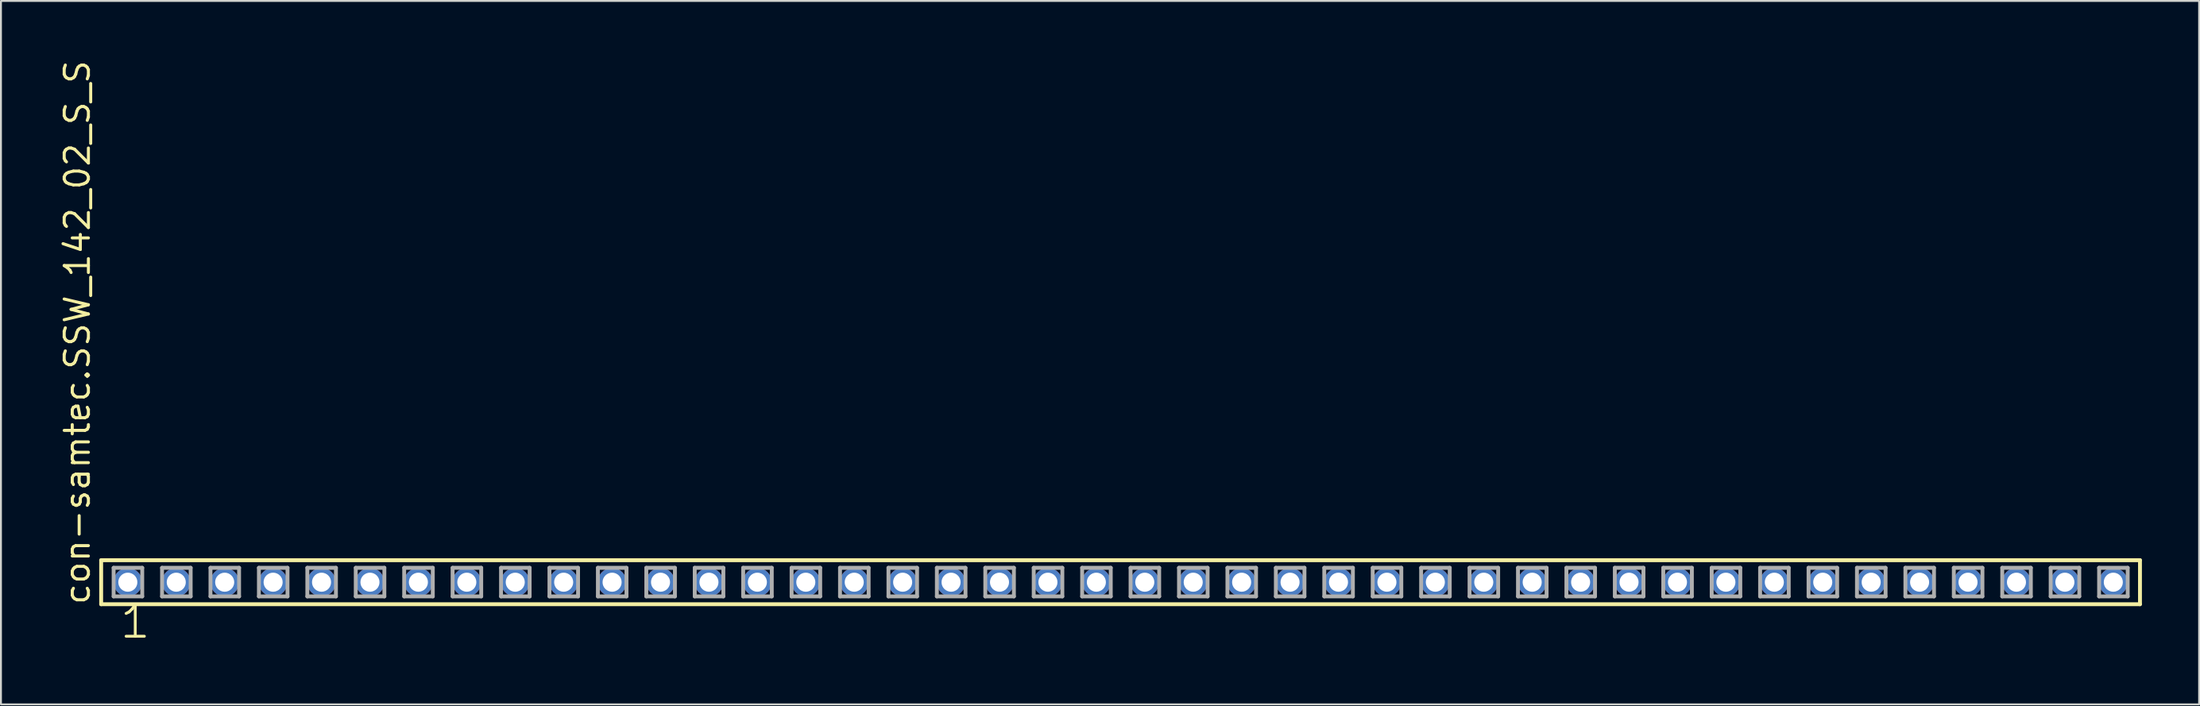
<source format=kicad_pcb>
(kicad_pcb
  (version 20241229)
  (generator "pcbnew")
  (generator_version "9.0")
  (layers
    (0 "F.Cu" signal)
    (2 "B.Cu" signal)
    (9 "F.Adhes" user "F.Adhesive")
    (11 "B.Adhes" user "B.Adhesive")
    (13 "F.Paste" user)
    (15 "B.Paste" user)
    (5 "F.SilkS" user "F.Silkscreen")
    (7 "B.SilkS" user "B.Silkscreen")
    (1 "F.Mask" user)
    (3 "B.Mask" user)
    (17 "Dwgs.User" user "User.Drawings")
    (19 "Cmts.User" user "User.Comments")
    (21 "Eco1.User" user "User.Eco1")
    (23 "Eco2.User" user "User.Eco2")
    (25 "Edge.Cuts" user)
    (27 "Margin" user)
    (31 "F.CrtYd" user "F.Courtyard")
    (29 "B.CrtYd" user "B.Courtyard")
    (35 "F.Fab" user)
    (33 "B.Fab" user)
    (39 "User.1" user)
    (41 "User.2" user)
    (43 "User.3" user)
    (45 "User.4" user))
  (footprint "con-samtec.SSW_142_02_S_S"
    (layer "F.Cu")
    (at 55.725 27.501)
    (property "Reference" "con-samtec.SSW_142_02_S_S" (at -53.975 1.27 90) (layer "F.SilkS") (effects (font (size 1.27 1.27) (thickness 0.16)) (justify left bottom)))
    (attr through_hole)
    (fp_line (start -53.469 -1.155) (end 53.469 -1.155) (stroke (width 0.203) (type default)) (layer "F.SilkS"))
    (fp_line (start -53.469 1.155) (end -53.469 -1.155) (stroke (width 0.203) (type default)) (layer "F.SilkS"))
    (fp_line (start 53.469 -1.155) (end 53.469 1.155) (stroke (width 0.203) (type default)) (layer "F.SilkS"))
    (fp_line (start 53.469 1.155) (end -53.469 1.155) (stroke (width 0.203) (type default)) (layer "F.SilkS"))
    (fp_line (start -52.815 -0.755) (end -51.315 -0.755) (stroke (width 0.203) (type default)) (layer "F.Fab"))
    (fp_line (start -52.815 0.745) (end -52.815 -0.755) (stroke (width 0.203) (type default)) (layer "F.Fab"))
    (fp_line (start -51.315 -0.755) (end -51.315 0.745) (stroke (width 0.203) (type default)) (layer "F.Fab"))
    (fp_line (start -51.315 0.745) (end -52.815 0.745) (stroke (width 0.203) (type default)) (layer "F.Fab"))
    (fp_line (start -50.275 -0.755) (end -48.775 -0.755) (stroke (width 0.203) (type default)) (layer "F.Fab"))
    (fp_line (start -50.275 0.745) (end -50.275 -0.755) (stroke (width 0.203) (type default)) (layer "F.Fab"))
    (fp_line (start -48.775 -0.755) (end -48.775 0.745) (stroke (width 0.203) (type default)) (layer "F.Fab"))
    (fp_line (start -48.775 0.745) (end -50.275 0.745) (stroke (width 0.203) (type default)) (layer "F.Fab"))
    (fp_line (start -47.735 -0.755) (end -46.235 -0.755) (stroke (width 0.203) (type default)) (layer "F.Fab"))
    (fp_line (start -47.735 0.745) (end -47.735 -0.755) (stroke (width 0.203) (type default)) (layer "F.Fab"))
    (fp_line (start -46.235 -0.755) (end -46.235 0.745) (stroke (width 0.203) (type default)) (layer "F.Fab"))
    (fp_line (start -46.235 0.745) (end -47.735 0.745) (stroke (width 0.203) (type default)) (layer "F.Fab"))
    (fp_line (start -45.195 -0.755) (end -43.695 -0.755) (stroke (width 0.203) (type default)) (layer "F.Fab"))
    (fp_line (start -45.195 0.745) (end -45.195 -0.755) (stroke (width 0.203) (type default)) (layer "F.Fab"))
    (fp_line (start -43.695 -0.755) (end -43.695 0.745) (stroke (width 0.203) (type default)) (layer "F.Fab"))
    (fp_line (start -43.695 0.745) (end -45.195 0.745) (stroke (width 0.203) (type default)) (layer "F.Fab"))
    (fp_line (start -42.655 -0.755) (end -41.155 -0.755) (stroke (width 0.203) (type default)) (layer "F.Fab"))
    (fp_line (start -42.655 0.745) (end -42.655 -0.755) (stroke (width 0.203) (type default)) (layer "F.Fab"))
    (fp_line (start -41.155 -0.755) (end -41.155 0.745) (stroke (width 0.203) (type default)) (layer "F.Fab"))
    (fp_line (start -41.155 0.745) (end -42.655 0.745) (stroke (width 0.203) (type default)) (layer "F.Fab"))
    (fp_line (start -40.115 -0.755) (end -38.615 -0.755) (stroke (width 0.203) (type default)) (layer "F.Fab"))
    (fp_line (start -40.115 0.745) (end -40.115 -0.755) (stroke (width 0.203) (type default)) (layer "F.Fab"))
    (fp_line (start -38.615 -0.755) (end -38.615 0.745) (stroke (width 0.203) (type default)) (layer "F.Fab"))
    (fp_line (start -38.615 0.745) (end -40.115 0.745) (stroke (width 0.203) (type default)) (layer "F.Fab"))
    (fp_line (start -37.575 -0.755) (end -36.075 -0.755) (stroke (width 0.203) (type default)) (layer "F.Fab"))
    (fp_line (start -37.575 0.745) (end -37.575 -0.755) (stroke (width 0.203) (type default)) (layer "F.Fab"))
    (fp_line (start -36.075 -0.755) (end -36.075 0.745) (stroke (width 0.203) (type default)) (layer "F.Fab"))
    (fp_line (start -36.075 0.745) (end -37.575 0.745) (stroke (width 0.203) (type default)) (layer "F.Fab"))
    (fp_line (start -35.035 -0.755) (end -33.535 -0.755) (stroke (width 0.203) (type default)) (layer "F.Fab"))
    (fp_line (start -35.035 0.745) (end -35.035 -0.755) (stroke (width 0.203) (type default)) (layer "F.Fab"))
    (fp_line (start -33.535 -0.755) (end -33.535 0.745) (stroke (width 0.203) (type default)) (layer "F.Fab"))
    (fp_line (start -33.535 0.745) (end -35.035 0.745) (stroke (width 0.203) (type default)) (layer "F.Fab"))
    (fp_line (start -32.495 -0.755) (end -30.995 -0.755) (stroke (width 0.203) (type default)) (layer "F.Fab"))
    (fp_line (start -32.495 0.745) (end -32.495 -0.755) (stroke (width 0.203) (type default)) (layer "F.Fab"))
    (fp_line (start -30.995 -0.755) (end -30.995 0.745) (stroke (width 0.203) (type default)) (layer "F.Fab"))
    (fp_line (start -30.995 0.745) (end -32.495 0.745) (stroke (width 0.203) (type default)) (layer "F.Fab"))
    (fp_line (start -29.955 -0.755) (end -28.455 -0.755) (stroke (width 0.203) (type default)) (layer "F.Fab"))
    (fp_line (start -29.955 0.745) (end -29.955 -0.755) (stroke (width 0.203) (type default)) (layer "F.Fab"))
    (fp_line (start -28.455 -0.755) (end -28.455 0.745) (stroke (width 0.203) (type default)) (layer "F.Fab"))
    (fp_line (start -28.455 0.745) (end -29.955 0.745) (stroke (width 0.203) (type default)) (layer "F.Fab"))
    (fp_line (start -27.415 -0.755) (end -25.915 -0.755) (stroke (width 0.203) (type default)) (layer "F.Fab"))
    (fp_line (start -27.415 0.745) (end -27.415 -0.755) (stroke (width 0.203) (type default)) (layer "F.Fab"))
    (fp_line (start -25.915 -0.755) (end -25.915 0.745) (stroke (width 0.203) (type default)) (layer "F.Fab"))
    (fp_line (start -25.915 0.745) (end -27.415 0.745) (stroke (width 0.203) (type default)) (layer "F.Fab"))
    (fp_line (start -24.875 -0.755) (end -23.375 -0.755) (stroke (width 0.203) (type default)) (layer "F.Fab"))
    (fp_line (start -24.875 0.745) (end -24.875 -0.755) (stroke (width 0.203) (type default)) (layer "F.Fab"))
    (fp_line (start -23.375 -0.755) (end -23.375 0.745) (stroke (width 0.203) (type default)) (layer "F.Fab"))
    (fp_line (start -23.375 0.745) (end -24.875 0.745) (stroke (width 0.203) (type default)) (layer "F.Fab"))
    (fp_line (start -22.335 -0.755) (end -20.835 -0.755) (stroke (width 0.203) (type default)) (layer "F.Fab"))
    (fp_line (start -22.335 0.745) (end -22.335 -0.755) (stroke (width 0.203) (type default)) (layer "F.Fab"))
    (fp_line (start -20.835 -0.755) (end -20.835 0.745) (stroke (width 0.203) (type default)) (layer "F.Fab"))
    (fp_line (start -20.835 0.745) (end -22.335 0.745) (stroke (width 0.203) (type default)) (layer "F.Fab"))
    (fp_line (start -19.795 -0.755) (end -18.295 -0.755) (stroke (width 0.203) (type default)) (layer "F.Fab"))
    (fp_line (start -19.795 0.745) (end -19.795 -0.755) (stroke (width 0.203) (type default)) (layer "F.Fab"))
    (fp_line (start -18.295 -0.755) (end -18.295 0.745) (stroke (width 0.203) (type default)) (layer "F.Fab"))
    (fp_line (start -18.295 0.745) (end -19.795 0.745) (stroke (width 0.203) (type default)) (layer "F.Fab"))
    (fp_line (start -17.255 -0.755) (end -15.755 -0.755) (stroke (width 0.203) (type default)) (layer "F.Fab"))
    (fp_line (start -17.255 0.745) (end -17.255 -0.755) (stroke (width 0.203) (type default)) (layer "F.Fab"))
    (fp_line (start -15.755 -0.755) (end -15.755 0.745) (stroke (width 0.203) (type default)) (layer "F.Fab"))
    (fp_line (start -15.755 0.745) (end -17.255 0.745) (stroke (width 0.203) (type default)) (layer "F.Fab"))
    (fp_line (start -14.715 -0.755) (end -13.215 -0.755) (stroke (width 0.203) (type default)) (layer "F.Fab"))
    (fp_line (start -14.715 0.745) (end -14.715 -0.755) (stroke (width 0.203) (type default)) (layer "F.Fab"))
    (fp_line (start -13.215 -0.755) (end -13.215 0.745) (stroke (width 0.203) (type default)) (layer "F.Fab"))
    (fp_line (start -13.215 0.745) (end -14.715 0.745) (stroke (width 0.203) (type default)) (layer "F.Fab"))
    (fp_line (start -12.175 -0.755) (end -10.675 -0.755) (stroke (width 0.203) (type default)) (layer "F.Fab"))
    (fp_line (start -12.175 0.745) (end -12.175 -0.755) (stroke (width 0.203) (type default)) (layer "F.Fab"))
    (fp_line (start -10.675 -0.755) (end -10.675 0.745) (stroke (width 0.203) (type default)) (layer "F.Fab"))
    (fp_line (start -10.675 0.745) (end -12.175 0.745) (stroke (width 0.203) (type default)) (layer "F.Fab"))
    (fp_line (start -9.635 -0.755) (end -8.135 -0.755) (stroke (width 0.203) (type default)) (layer "F.Fab"))
    (fp_line (start -9.635 0.745) (end -9.635 -0.755) (stroke (width 0.203) (type default)) (layer "F.Fab"))
    (fp_line (start -8.135 -0.755) (end -8.135 0.745) (stroke (width 0.203) (type default)) (layer "F.Fab"))
    (fp_line (start -8.135 0.745) (end -9.635 0.745) (stroke (width 0.203) (type default)) (layer "F.Fab"))
    (fp_line (start -7.095 -0.755) (end -5.595 -0.755) (stroke (width 0.203) (type default)) (layer "F.Fab"))
    (fp_line (start -7.095 0.745) (end -7.095 -0.755) (stroke (width 0.203) (type default)) (layer "F.Fab"))
    (fp_line (start -5.595 -0.755) (end -5.595 0.745) (stroke (width 0.203) (type default)) (layer "F.Fab"))
    (fp_line (start -5.595 0.745) (end -7.095 0.745) (stroke (width 0.203) (type default)) (layer "F.Fab"))
    (fp_line (start -4.555 -0.755) (end -3.055 -0.755) (stroke (width 0.203) (type default)) (layer "F.Fab"))
    (fp_line (start -4.555 0.745) (end -4.555 -0.755) (stroke (width 0.203) (type default)) (layer "F.Fab"))
    (fp_line (start -3.055 -0.755) (end -3.055 0.745) (stroke (width 0.203) (type default)) (layer "F.Fab"))
    (fp_line (start -3.055 0.745) (end -4.555 0.745) (stroke (width 0.203) (type default)) (layer "F.Fab"))
    (fp_line (start -2.015 -0.755) (end -0.515 -0.755) (stroke (width 0.203) (type default)) (layer "F.Fab"))
    (fp_line (start -2.015 0.745) (end -2.015 -0.755) (stroke (width 0.203) (type default)) (layer "F.Fab"))
    (fp_line (start -0.515 -0.755) (end -0.515 0.745) (stroke (width 0.203) (type default)) (layer "F.Fab"))
    (fp_line (start -0.515 0.745) (end -2.015 0.745) (stroke (width 0.203) (type default)) (layer "F.Fab"))
    (fp_line (start 0.525 -0.755) (end 2.025 -0.755) (stroke (width 0.203) (type default)) (layer "F.Fab"))
    (fp_line (start 0.525 0.745) (end 0.525 -0.755) (stroke (width 0.203) (type default)) (layer "F.Fab"))
    (fp_line (start 2.025 -0.755) (end 2.025 0.745) (stroke (width 0.203) (type default)) (layer "F.Fab"))
    (fp_line (start 2.025 0.745) (end 0.525 0.745) (stroke (width 0.203) (type default)) (layer "F.Fab"))
    (fp_line (start 3.065 -0.755) (end 4.565 -0.755) (stroke (width 0.203) (type default)) (layer "F.Fab"))
    (fp_line (start 3.065 0.745) (end 3.065 -0.755) (stroke (width 0.203) (type default)) (layer "F.Fab"))
    (fp_line (start 4.565 -0.755) (end 4.565 0.745) (stroke (width 0.203) (type default)) (layer "F.Fab"))
    (fp_line (start 4.565 0.745) (end 3.065 0.745) (stroke (width 0.203) (type default)) (layer "F.Fab"))
    (fp_line (start 5.605 -0.755) (end 7.105 -0.755) (stroke (width 0.203) (type default)) (layer "F.Fab"))
    (fp_line (start 5.605 0.745) (end 5.605 -0.755) (stroke (width 0.203) (type default)) (layer "F.Fab"))
    (fp_line (start 7.105 -0.755) (end 7.105 0.745) (stroke (width 0.203) (type default)) (layer "F.Fab"))
    (fp_line (start 7.105 0.745) (end 5.605 0.745) (stroke (width 0.203) (type default)) (layer "F.Fab"))
    (fp_line (start 8.145 -0.755) (end 9.645 -0.755) (stroke (width 0.203) (type default)) (layer "F.Fab"))
    (fp_line (start 8.145 0.745) (end 8.145 -0.755) (stroke (width 0.203) (type default)) (layer "F.Fab"))
    (fp_line (start 9.645 -0.755) (end 9.645 0.745) (stroke (width 0.203) (type default)) (layer "F.Fab"))
    (fp_line (start 9.645 0.745) (end 8.145 0.745) (stroke (width 0.203) (type default)) (layer "F.Fab"))
    (fp_line (start 10.685 -0.755) (end 12.185 -0.755) (stroke (width 0.203) (type default)) (layer "F.Fab"))
    (fp_line (start 10.685 0.745) (end 10.685 -0.755) (stroke (width 0.203) (type default)) (layer "F.Fab"))
    (fp_line (start 12.185 -0.755) (end 12.185 0.745) (stroke (width 0.203) (type default)) (layer "F.Fab"))
    (fp_line (start 12.185 0.745) (end 10.685 0.745) (stroke (width 0.203) (type default)) (layer "F.Fab"))
    (fp_line (start 13.225 -0.755) (end 14.725 -0.755) (stroke (width 0.203) (type default)) (layer "F.Fab"))
    (fp_line (start 13.225 0.745) (end 13.225 -0.755) (stroke (width 0.203) (type default)) (layer "F.Fab"))
    (fp_line (start 14.725 -0.755) (end 14.725 0.745) (stroke (width 0.203) (type default)) (layer "F.Fab"))
    (fp_line (start 14.725 0.745) (end 13.225 0.745) (stroke (width 0.203) (type default)) (layer "F.Fab"))
    (fp_line (start 15.765 -0.755) (end 17.265 -0.755) (stroke (width 0.203) (type default)) (layer "F.Fab"))
    (fp_line (start 15.765 0.745) (end 15.765 -0.755) (stroke (width 0.203) (type default)) (layer "F.Fab"))
    (fp_line (start 17.265 -0.755) (end 17.265 0.745) (stroke (width 0.203) (type default)) (layer "F.Fab"))
    (fp_line (start 17.265 0.745) (end 15.765 0.745) (stroke (width 0.203) (type default)) (layer "F.Fab"))
    (fp_line (start 18.305 -0.755) (end 19.805 -0.755) (stroke (width 0.203) (type default)) (layer "F.Fab"))
    (fp_line (start 18.305 0.745) (end 18.305 -0.755) (stroke (width 0.203) (type default)) (layer "F.Fab"))
    (fp_line (start 19.805 -0.755) (end 19.805 0.745) (stroke (width 0.203) (type default)) (layer "F.Fab"))
    (fp_line (start 19.805 0.745) (end 18.305 0.745) (stroke (width 0.203) (type default)) (layer "F.Fab"))
    (fp_line (start 20.845 -0.755) (end 22.345 -0.755) (stroke (width 0.203) (type default)) (layer "F.Fab"))
    (fp_line (start 20.845 0.745) (end 20.845 -0.755) (stroke (width 0.203) (type default)) (layer "F.Fab"))
    (fp_line (start 22.345 -0.755) (end 22.345 0.745) (stroke (width 0.203) (type default)) (layer "F.Fab"))
    (fp_line (start 22.345 0.745) (end 20.845 0.745) (stroke (width 0.203) (type default)) (layer "F.Fab"))
    (fp_line (start 23.385 -0.755) (end 24.885 -0.755) (stroke (width 0.203) (type default)) (layer "F.Fab"))
    (fp_line (start 23.385 0.745) (end 23.385 -0.755) (stroke (width 0.203) (type default)) (layer "F.Fab"))
    (fp_line (start 24.885 -0.755) (end 24.885 0.745) (stroke (width 0.203) (type default)) (layer "F.Fab"))
    (fp_line (start 24.885 0.745) (end 23.385 0.745) (stroke (width 0.203) (type default)) (layer "F.Fab"))
    (fp_line (start 25.925 -0.755) (end 27.425 -0.755) (stroke (width 0.203) (type default)) (layer "F.Fab"))
    (fp_line (start 25.925 0.745) (end 25.925 -0.755) (stroke (width 0.203) (type default)) (layer "F.Fab"))
    (fp_line (start 27.425 -0.755) (end 27.425 0.745) (stroke (width 0.203) (type default)) (layer "F.Fab"))
    (fp_line (start 27.425 0.745) (end 25.925 0.745) (stroke (width 0.203) (type default)) (layer "F.Fab"))
    (fp_line (start 28.465 -0.755) (end 29.965 -0.755) (stroke (width 0.203) (type default)) (layer "F.Fab"))
    (fp_line (start 28.465 0.745) (end 28.465 -0.755) (stroke (width 0.203) (type default)) (layer "F.Fab"))
    (fp_line (start 29.965 -0.755) (end 29.965 0.745) (stroke (width 0.203) (type default)) (layer "F.Fab"))
    (fp_line (start 29.965 0.745) (end 28.465 0.745) (stroke (width 0.203) (type default)) (layer "F.Fab"))
    (fp_line (start 31.005 -0.755) (end 32.505 -0.755) (stroke (width 0.203) (type default)) (layer "F.Fab"))
    (fp_line (start 31.005 0.745) (end 31.005 -0.755) (stroke (width 0.203) (type default)) (layer "F.Fab"))
    (fp_line (start 32.505 -0.755) (end 32.505 0.745) (stroke (width 0.203) (type default)) (layer "F.Fab"))
    (fp_line (start 32.505 0.745) (end 31.005 0.745) (stroke (width 0.203) (type default)) (layer "F.Fab"))
    (fp_line (start 33.545 -0.755) (end 35.045 -0.755) (stroke (width 0.203) (type default)) (layer "F.Fab"))
    (fp_line (start 33.545 0.745) (end 33.545 -0.755) (stroke (width 0.203) (type default)) (layer "F.Fab"))
    (fp_line (start 35.045 -0.755) (end 35.045 0.745) (stroke (width 0.203) (type default)) (layer "F.Fab"))
    (fp_line (start 35.045 0.745) (end 33.545 0.745) (stroke (width 0.203) (type default)) (layer "F.Fab"))
    (fp_line (start 36.085 -0.755) (end 37.585 -0.755) (stroke (width 0.203) (type default)) (layer "F.Fab"))
    (fp_line (start 36.085 0.745) (end 36.085 -0.755) (stroke (width 0.203) (type default)) (layer "F.Fab"))
    (fp_line (start 37.585 -0.755) (end 37.585 0.745) (stroke (width 0.203) (type default)) (layer "F.Fab"))
    (fp_line (start 37.585 0.745) (end 36.085 0.745) (stroke (width 0.203) (type default)) (layer "F.Fab"))
    (fp_line (start 38.625 -0.755) (end 40.125 -0.755) (stroke (width 0.203) (type default)) (layer "F.Fab"))
    (fp_line (start 38.625 0.745) (end 38.625 -0.755) (stroke (width 0.203) (type default)) (layer "F.Fab"))
    (fp_line (start 40.125 -0.755) (end 40.125 0.745) (stroke (width 0.203) (type default)) (layer "F.Fab"))
    (fp_line (start 40.125 0.745) (end 38.625 0.745) (stroke (width 0.203) (type default)) (layer "F.Fab"))
    (fp_line (start 41.165 -0.755) (end 42.665 -0.755) (stroke (width 0.203) (type default)) (layer "F.Fab"))
    (fp_line (start 41.165 0.745) (end 41.165 -0.755) (stroke (width 0.203) (type default)) (layer "F.Fab"))
    (fp_line (start 42.665 -0.755) (end 42.665 0.745) (stroke (width 0.203) (type default)) (layer "F.Fab"))
    (fp_line (start 42.665 0.745) (end 41.165 0.745) (stroke (width 0.203) (type default)) (layer "F.Fab"))
    (fp_line (start 43.705 -0.755) (end 45.205 -0.755) (stroke (width 0.203) (type default)) (layer "F.Fab"))
    (fp_line (start 43.705 0.745) (end 43.705 -0.755) (stroke (width 0.203) (type default)) (layer "F.Fab"))
    (fp_line (start 45.205 -0.755) (end 45.205 0.745) (stroke (width 0.203) (type default)) (layer "F.Fab"))
    (fp_line (start 45.205 0.745) (end 43.705 0.745) (stroke (width 0.203) (type default)) (layer "F.Fab"))
    (fp_line (start 46.245 -0.755) (end 47.745 -0.755) (stroke (width 0.203) (type default)) (layer "F.Fab"))
    (fp_line (start 46.245 0.745) (end 46.245 -0.755) (stroke (width 0.203) (type default)) (layer "F.Fab"))
    (fp_line (start 47.745 -0.755) (end 47.745 0.745) (stroke (width 0.203) (type default)) (layer "F.Fab"))
    (fp_line (start 47.745 0.745) (end 46.245 0.745) (stroke (width 0.203) (type default)) (layer "F.Fab"))
    (fp_line (start 48.785 -0.755) (end 50.285 -0.755) (stroke (width 0.203) (type default)) (layer "F.Fab"))
    (fp_line (start 48.785 0.745) (end 48.785 -0.755) (stroke (width 0.203) (type default)) (layer "F.Fab"))
    (fp_line (start 50.285 -0.755) (end 50.285 0.745) (stroke (width 0.203) (type default)) (layer "F.Fab"))
    (fp_line (start 50.285 0.745) (end 48.785 0.745) (stroke (width 0.203) (type default)) (layer "F.Fab"))
    (fp_line (start 51.325 -0.755) (end 52.825 -0.755) (stroke (width 0.203) (type default)) (layer "F.Fab"))
    (fp_line (start 51.325 0.745) (end 51.325 -0.755) (stroke (width 0.203) (type default)) (layer "F.Fab"))
    (fp_line (start 52.825 -0.755) (end 52.825 0.745) (stroke (width 0.203) (type default)) (layer "F.Fab"))
    (fp_line (start 52.825 0.745) (end 51.325 0.745) (stroke (width 0.203) (type default)) (layer "F.Fab"))
    (fp_text user "1" (at -52.578 3.048 0) (layer "F.SilkS") (effects (font (size 1.676 1.676) (thickness 0.15)) (justify left bottom)))
    (pad "1" thru_hole circle (at -52.07 0) (size 1.5 1.5) (drill 1) (layers "*.Cu" "*.Mask"))
    (pad "2" thru_hole circle (at -49.53 0) (size 1.5 1.5) (drill 1) (layers "*.Cu" "*.Mask"))
    (pad "3" thru_hole circle (at -46.99 0) (size 1.5 1.5) (drill 1) (layers "*.Cu" "*.Mask"))
    (pad "4" thru_hole circle (at -44.45 0) (size 1.5 1.5) (drill 1) (layers "*.Cu" "*.Mask"))
    (pad "5" thru_hole circle (at -41.91 0) (size 1.5 1.5) (drill 1) (layers "*.Cu" "*.Mask"))
    (pad "6" thru_hole circle (at -39.37 0) (size 1.5 1.5) (drill 1) (layers "*.Cu" "*.Mask"))
    (pad "7" thru_hole circle (at -36.83 0) (size 1.5 1.5) (drill 1) (layers "*.Cu" "*.Mask"))
    (pad "8" thru_hole circle (at -34.29 0) (size 1.5 1.5) (drill 1) (layers "*.Cu" "*.Mask"))
    (pad "9" thru_hole circle (at -31.75 0) (size 1.5 1.5) (drill 1) (layers "*.Cu" "*.Mask"))
    (pad "10" thru_hole circle (at -29.21 0) (size 1.5 1.5) (drill 1) (layers "*.Cu" "*.Mask"))
    (pad "11" thru_hole circle (at -26.67 0) (size 1.5 1.5) (drill 1) (layers "*.Cu" "*.Mask"))
    (pad "12" thru_hole circle (at -24.13 0) (size 1.5 1.5) (drill 1) (layers "*.Cu" "*.Mask"))
    (pad "13" thru_hole circle (at -21.59 0) (size 1.5 1.5) (drill 1) (layers "*.Cu" "*.Mask"))
    (pad "14" thru_hole circle (at -19.05 0) (size 1.5 1.5) (drill 1) (layers "*.Cu" "*.Mask"))
    (pad "15" thru_hole circle (at -16.51 0) (size 1.5 1.5) (drill 1) (layers "*.Cu" "*.Mask"))
    (pad "16" thru_hole circle (at -13.97 0) (size 1.5 1.5) (drill 1) (layers "*.Cu" "*.Mask"))
    (pad "17" thru_hole circle (at -11.43 0) (size 1.5 1.5) (drill 1) (layers "*.Cu" "*.Mask"))
    (pad "18" thru_hole circle (at -8.89 0) (size 1.5 1.5) (drill 1) (layers "*.Cu" "*.Mask"))
    (pad "19" thru_hole circle (at -6.35 0) (size 1.5 1.5) (drill 1) (layers "*.Cu" "*.Mask"))
    (pad "20" thru_hole circle (at -3.81 0) (size 1.5 1.5) (drill 1) (layers "*.Cu" "*.Mask"))
    (pad "21" thru_hole circle (at -1.27 0) (size 1.5 1.5) (drill 1) (layers "*.Cu" "*.Mask"))
    (pad "22" thru_hole circle (at 1.27 0) (size 1.5 1.5) (drill 1) (layers "*.Cu" "*.Mask"))
    (pad "23" thru_hole circle (at 3.81 0) (size 1.5 1.5) (drill 1) (layers "*.Cu" "*.Mask"))
    (pad "24" thru_hole circle (at 6.35 0) (size 1.5 1.5) (drill 1) (layers "*.Cu" "*.Mask"))
    (pad "25" thru_hole circle (at 8.89 0) (size 1.5 1.5) (drill 1) (layers "*.Cu" "*.Mask"))
    (pad "26" thru_hole circle (at 11.43 0) (size 1.5 1.5) (drill 1) (layers "*.Cu" "*.Mask"))
    (pad "27" thru_hole circle (at 13.97 0) (size 1.5 1.5) (drill 1) (layers "*.Cu" "*.Mask"))
    (pad "28" thru_hole circle (at 16.51 0) (size 1.5 1.5) (drill 1) (layers "*.Cu" "*.Mask"))
    (pad "29" thru_hole circle (at 19.05 0) (size 1.5 1.5) (drill 1) (layers "*.Cu" "*.Mask"))
    (pad "30" thru_hole circle (at 21.59 0) (size 1.5 1.5) (drill 1) (layers "*.Cu" "*.Mask"))
    (pad "31" thru_hole circle (at 24.13 0) (size 1.5 1.5) (drill 1) (layers "*.Cu" "*.Mask"))
    (pad "32" thru_hole circle (at 26.67 0) (size 1.5 1.5) (drill 1) (layers "*.Cu" "*.Mask"))
    (pad "33" thru_hole circle (at 29.21 0) (size 1.5 1.5) (drill 1) (layers "*.Cu" "*.Mask"))
    (pad "34" thru_hole circle (at 31.75 0) (size 1.5 1.5) (drill 1) (layers "*.Cu" "*.Mask"))
    (pad "35" thru_hole circle (at 34.29 0) (size 1.5 1.5) (drill 1) (layers "*.Cu" "*.Mask"))
    (pad "36" thru_hole circle (at 36.83 0) (size 1.5 1.5) (drill 1) (layers "*.Cu" "*.Mask"))
    (pad "37" thru_hole circle (at 39.37 0) (size 1.5 1.5) (drill 1) (layers "*.Cu" "*.Mask"))
    (pad "38" thru_hole circle (at 41.91 0) (size 1.5 1.5) (drill 1) (layers "*.Cu" "*.Mask"))
    (pad "39" thru_hole circle (at 44.45 0) (size 1.5 1.5) (drill 1) (layers "*.Cu" "*.Mask"))
    (pad "40" thru_hole circle (at 46.99 0) (size 1.5 1.5) (drill 1) (layers "*.Cu" "*.Mask"))
    (pad "41" thru_hole circle (at 49.53 0) (size 1.5 1.5) (drill 1) (layers "*.Cu" "*.Mask"))
    (pad "42" thru_hole circle (at 52.07 0) (size 1.5 1.5) (drill 1) (layers "*.Cu" "*.Mask")))
  (gr_rect
    (start -3 -3)
    (end 112.296 33.91)
    (stroke (width 0.1) (type default))
    (fill no)
    (layer "Edge.Cuts")))
</source>
